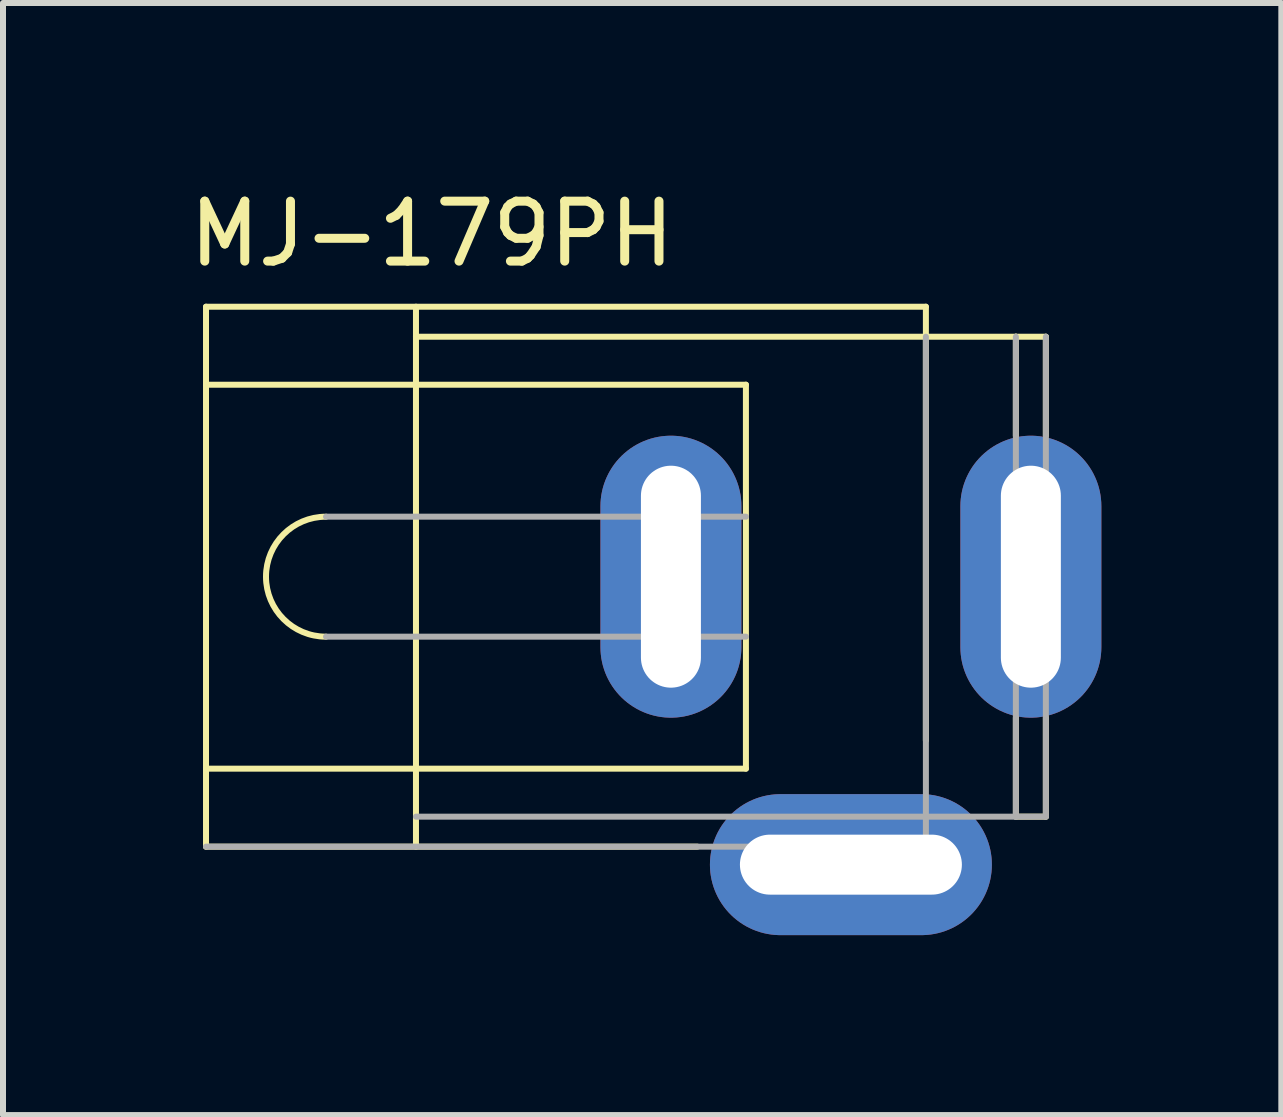
<source format=kicad_pcb>
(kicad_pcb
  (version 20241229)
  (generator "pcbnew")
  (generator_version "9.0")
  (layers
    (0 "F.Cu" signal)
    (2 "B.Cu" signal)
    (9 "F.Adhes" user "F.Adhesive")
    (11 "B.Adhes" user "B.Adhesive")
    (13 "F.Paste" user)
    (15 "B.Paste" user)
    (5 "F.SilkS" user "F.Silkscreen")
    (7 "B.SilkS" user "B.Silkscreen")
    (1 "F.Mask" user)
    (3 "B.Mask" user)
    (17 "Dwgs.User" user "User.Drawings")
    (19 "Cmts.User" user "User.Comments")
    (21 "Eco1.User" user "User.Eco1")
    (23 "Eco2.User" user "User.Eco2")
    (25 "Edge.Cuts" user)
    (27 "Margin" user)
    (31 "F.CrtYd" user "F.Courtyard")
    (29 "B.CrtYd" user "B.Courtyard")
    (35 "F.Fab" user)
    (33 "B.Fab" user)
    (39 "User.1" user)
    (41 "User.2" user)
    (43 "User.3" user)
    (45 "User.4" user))
  (footprint "MJ-179PH"
    (layer "F.Cu")
    (at 11.134 6.563)
    (property "Reference" "MJ-179PH" (at -6.985 -5.715 0) (layer "F.SilkS") (effects (font (size 1 1) (thickness 0.15))))
    (attr through_hole)
    (fp_line (start -10.75 -4.5) (end 1.25 -4.5) (stroke (width 0.1) (type solid)) (layer "F.SilkS"))
    (fp_line (start -10.75 -3.2) (end -10.75 -4.5) (stroke (width 0.1) (type solid)) (layer "F.SilkS"))
    (fp_line (start -10.75 -3.2) (end -1.75 -3.2) (stroke (width 0.1) (type solid)) (layer "F.SilkS"))
    (fp_line (start -10.75 3.2) (end -10.75 -3.2) (stroke (width 0.1) (type solid)) (layer "F.SilkS"))
    (fp_line (start -10.75 3.2) (end -1.75 3.2) (stroke (width 0.1) (type solid)) (layer "F.SilkS"))
    (fp_line (start -10.75 4.5) (end -10.75 3.2) (stroke (width 0.1) (type solid)) (layer "F.SilkS"))
    (fp_line (start -10.75 4.5) (end -2.56 4.5) (stroke (width 0.1) (type solid)) (layer "F.SilkS"))
    (fp_line (start -7.25 -4) (end -7.25 -4.5) (stroke (width 0.1) (type solid)) (layer "F.SilkS"))
    (fp_line (start -7.25 -4) (end 1.25 -4) (stroke (width 0.1) (type solid)) (layer "F.SilkS"))
    (fp_line (start -7.25 4.5) (end -7.25 -4) (stroke (width 0.1) (type solid)) (layer "F.SilkS"))
    (fp_line (start -1.75 3.2) (end -1.75 -3.2) (stroke (width 0.1) (type solid)) (layer "F.SilkS"))
    (fp_line (start 1.25 -4) (end 1.25 -4.5) (stroke (width 0.1) (type solid)) (layer "F.SilkS"))
    (fp_line (start 1.25 -4) (end 2.75 -4) (stroke (width 0.1) (type solid)) (layer "F.SilkS"))
    (fp_line (start 1.25 2.73) (end 1.25 -4) (stroke (width 0.1) (type solid)) (layer "F.SilkS"))
    (fp_line (start 2.75 -4) (end 3.25 -4) (stroke (width 0.1) (type solid)) (layer "F.SilkS"))
    (fp_line (start 2.75 -2.35) (end 2.75 -4) (stroke (width 0.1) (type solid)) (layer "F.SilkS"))
    (fp_line (start 2.75 4) (end 2.75 2.35) (stroke (width 0.1) (type solid)) (layer "F.SilkS"))
    (fp_line (start 2.75 4) (end 3.25 4) (stroke (width 0.1) (type solid)) (layer "F.SilkS"))
    (fp_line (start 3.25 -2.35) (end 3.25 -4) (stroke (width 0.1) (type solid)) (layer "F.SilkS"))
    (fp_line (start 3.25 4) (end 3.25 2.35) (stroke (width 0.1) (type solid)) (layer "F.SilkS"))
    (fp_arc (start -8.75 1) (mid -9.75 0) (end -8.75 -1) (stroke (width 0.1) (type solid)) (layer "F.SilkS"))
    (fp_line (start -10.75 4.5) (end 1.25 4.5) (stroke (width 0.1) (type solid)) (layer "F.Fab"))
    (fp_line (start -8.75 -1) (end -1.75 -1) (stroke (width 0.1) (type solid)) (layer "F.Fab"))
    (fp_line (start -8.75 1) (end -1.75 1) (stroke (width 0.1) (type solid)) (layer "F.Fab"))
    (fp_line (start -7.25 4) (end 1.25 4) (stroke (width 0.1) (type solid)) (layer "F.Fab"))
    (fp_line (start 1.25 4) (end 1.25 -4) (stroke (width 0.1) (type solid)) (layer "F.Fab"))
    (fp_line (start 1.25 4) (end 2.75 4) (stroke (width 0.1) (type solid)) (layer "F.Fab"))
    (fp_line (start 1.25 4.5) (end 1.25 4) (stroke (width 0.1) (type solid)) (layer "F.Fab"))
    (fp_line (start 2.75 4) (end 2.75 -4) (stroke (width 0.1) (type solid)) (layer "F.Fab"))
    (fp_line (start 2.75 4) (end 3.25 4) (stroke (width 0.1) (type solid)) (layer "F.Fab"))
    (fp_line (start 3.25 4) (end 3.25 -4) (stroke (width 0.1) (type solid)) (layer "F.Fab"))
    (fp_poly (pts (xy -3.25 -1.25) (xy -2.75 -1.25) (xy -2.75 1.25) (xy -3.25 1.25)) (stroke (width 0.01) (type solid)) (fill no) (layer "F.Fab"))
    (fp_poly (pts (xy -1.25 4.55) (xy 1.25 4.55) (xy 1.25 5.05) (xy -1.25 5.05)) (stroke (width 0.01) (type solid)) (fill no) (layer "F.Fab"))
    (fp_poly (pts (xy 2.75 -1.5) (xy 3.25 -1.5) (xy 3.25 1.5) (xy 2.75 1.5)) (stroke (width 0.01) (type solid)) (fill no) (layer "F.Fab"))
    (pad "1" thru_hole oval (at 3 0) (size 2.35 4.7) (drill oval 1 3.7) (layers "*.Cu" "*.Mask"))
    (pad "2" thru_hole oval (at 0 4.8) (size 4.7 2.35) (drill oval 3.7 1) (layers "*.Cu" "*.Mask"))
    (pad "3" thru_hole oval (at -3 0) (size 2.35 4.7) (drill oval 1 3.7) (layers "*.Cu" "*.Mask")))
  (gr_rect
    (start -3 -3)
    (end 18.309 15.538)
    (stroke (width 0.1) (type default))
    (fill no)
    (layer "Edge.Cuts")))
</source>
